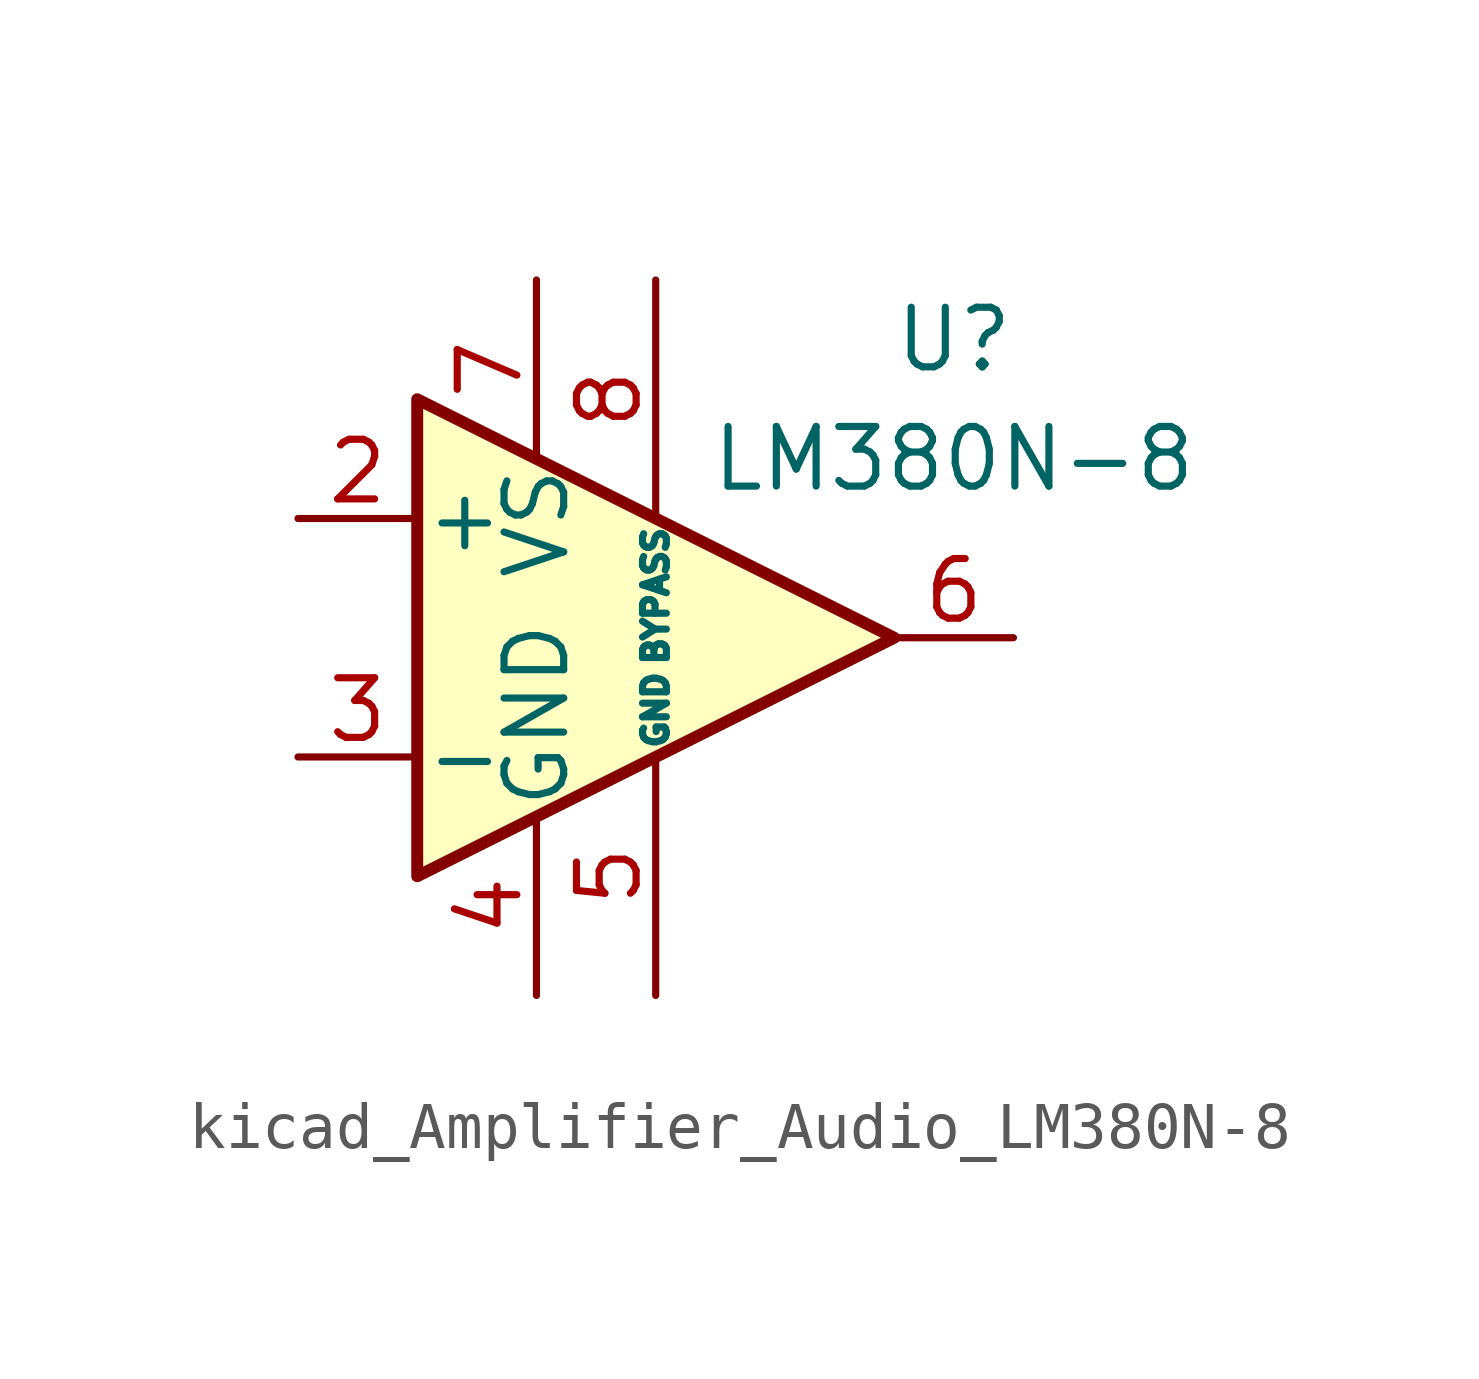
<source format=kicad_sym>
(kicad_symbol_lib
  (version 20220914)
  (generator kicad_symbol_editor)
  (symbol "kicad_Amplifier_Audio_LM380N-8"
    (pin_names
      (offset 0.127))
    (property "Reference" "U"
      (at 6.35 6.35 0)
      (effects (font (size 1.27 1.27))))
    (property "Value" "LM380N-8"
      (at 6.35 3.81 0)
      (effects (font (size 1.27 1.27))))
    (symbol "kicad_Amplifier_Audio_LM380N-8_0_1"
      (polyline (pts (xy -5.08 5.08) (xy 5.08 0) (xy -5.08 -5.08) (xy -5.08 5.08)) (stroke (width 0.254) (type default)) (fill (type background))))
    (symbol "kicad_Amplifier_Audio_LM380N-8_1_1"
      (pin no_connect line (at 0 2.54 270) (length 2.54) hide (name "NC" (effects (font (size 1.27 1.27)))) (number "1" (effects (font (size 1.27 1.27)))))
      (pin input line (at -7.62 2.54 0) (length 2.54) (name "+" (effects (font (size 1.27 1.27)))) (number "2" (effects (font (size 1.27 1.27)))))
      (pin input line (at -7.62 -2.54 0) (length 2.54) (name "-" (effects (font (size 1.27 1.27)))) (number "3" (effects (font (size 1.27 1.27)))))
      (pin power_in line (at -2.54 -7.62 90) (length 3.81) (name "GND" (effects (font (size 1.27 1.27)))) (number "4" (effects (font (size 1.27 1.27)))))
      (pin power_in line (at 0 -7.62 90) (length 5.08) (name "GND" (effects (font (size 0.508 0.508)))) (number "5" (effects (font (size 1.27 1.27)))))
      (pin output line (at 7.62 0 180) (length 2.54) (name "~" (effects (font (size 1.27 1.27)))) (number "6" (effects (font (size 1.27 1.27)))))
      (pin power_in line (at -2.54 7.62 270) (length 3.81) (name "VS" (effects (font (size 1.27 1.27)))) (number "7" (effects (font (size 1.27 1.27)))))
      (pin passive line (at 0 7.62 270) (length 5.08) (name "BYPASS" (effects (font (size 0.508 0.508)))) (number "8" (effects (font (size 1.27 1.27))))))))
</source>
